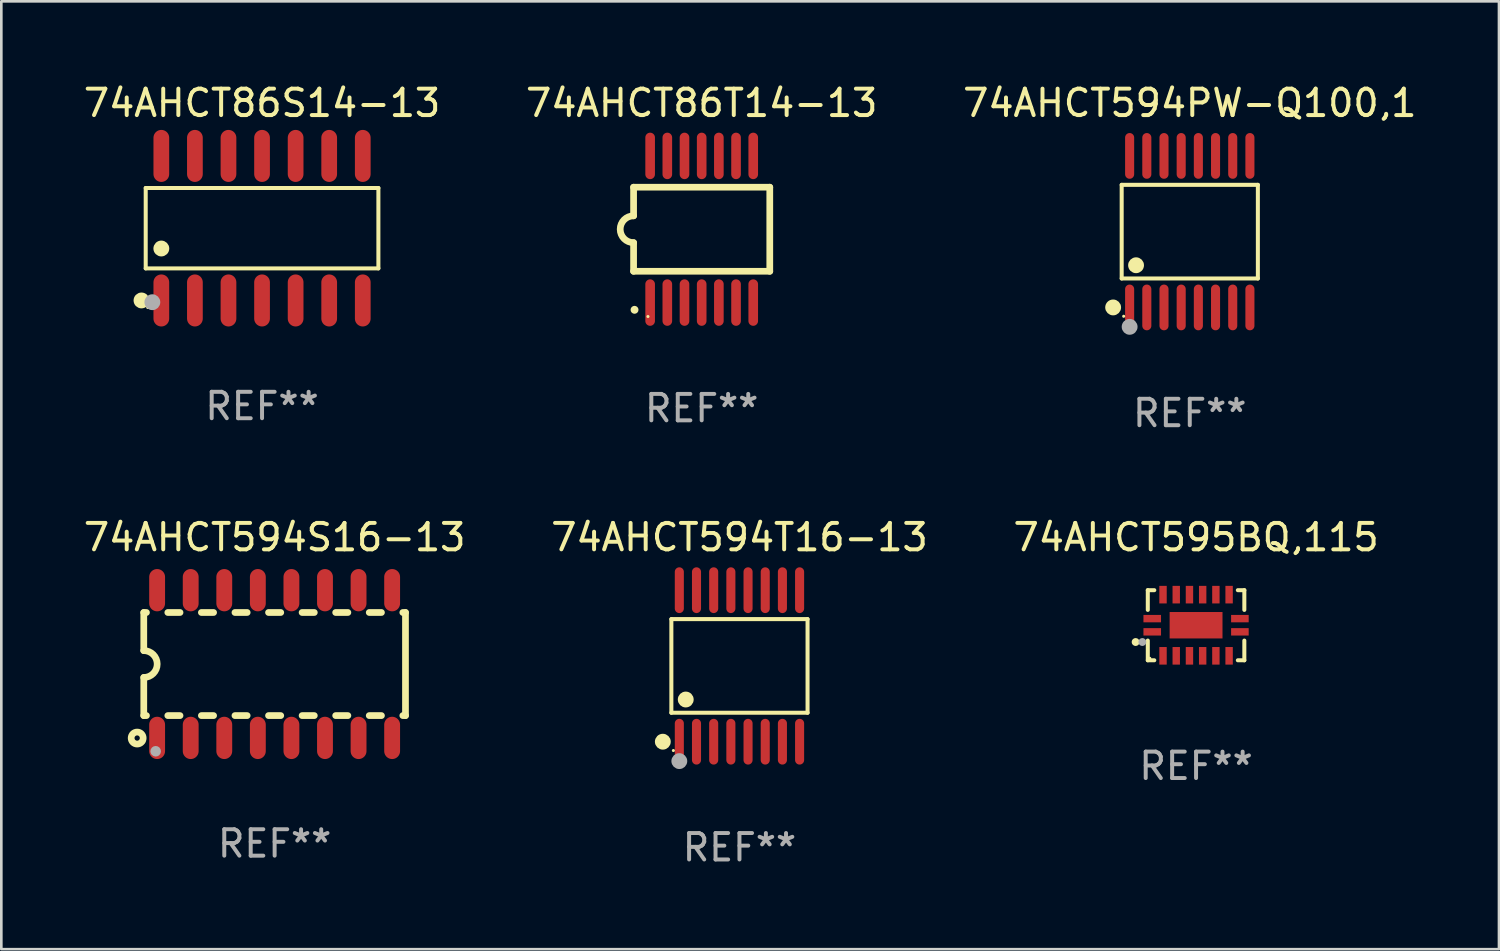
<source format=kicad_pcb>
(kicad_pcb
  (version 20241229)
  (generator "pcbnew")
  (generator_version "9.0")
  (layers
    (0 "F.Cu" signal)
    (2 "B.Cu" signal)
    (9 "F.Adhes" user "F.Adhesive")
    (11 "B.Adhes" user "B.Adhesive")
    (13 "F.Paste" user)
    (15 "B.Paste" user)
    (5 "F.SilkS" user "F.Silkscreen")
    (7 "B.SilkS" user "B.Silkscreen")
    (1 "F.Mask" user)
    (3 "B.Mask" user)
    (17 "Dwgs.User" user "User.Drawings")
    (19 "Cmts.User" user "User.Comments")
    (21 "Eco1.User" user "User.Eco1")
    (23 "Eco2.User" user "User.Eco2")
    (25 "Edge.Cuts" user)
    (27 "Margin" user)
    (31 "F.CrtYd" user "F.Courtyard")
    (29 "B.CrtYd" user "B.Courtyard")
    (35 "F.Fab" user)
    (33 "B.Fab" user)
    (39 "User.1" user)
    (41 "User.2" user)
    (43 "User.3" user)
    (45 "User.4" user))
  (footprint "74AHCT594S16-13"
    (layer "F.Cu")
    (at 7.339 22.07)
    (property "Reference" "74AHCT594S16-13" (at 0 -4.794 0) (layer "F.SilkS") (effects (font (size 1 1) (thickness 0.15))))
    (attr through_hole)
    (fp_line (start -4.95 -1.95) (end -4.95 -0.508) (stroke (width 0.254) (type solid)) (layer "F.SilkS"))
    (fp_line (start -4.95 -1.95) (end -4.849 -1.95) (stroke (width 0.254) (type solid)) (layer "F.SilkS"))
    (fp_line (start -4.95 1.95) (end -4.95 0.508) (stroke (width 0.254) (type solid)) (layer "F.SilkS"))
    (fp_line (start -4.95 1.95) (end -4.849 1.95) (stroke (width 0.254) (type solid)) (layer "F.SilkS"))
    (fp_line (start -4.041 -1.95) (end -3.579 -1.95) (stroke (width 0.254) (type solid)) (layer "F.SilkS"))
    (fp_line (start -4.041 1.95) (end -3.579 1.95) (stroke (width 0.254) (type solid)) (layer "F.SilkS"))
    (fp_line (start -2.771 -1.95) (end -2.309 -1.95) (stroke (width 0.254) (type solid)) (layer "F.SilkS"))
    (fp_line (start -2.771 1.95) (end -2.309 1.95) (stroke (width 0.254) (type solid)) (layer "F.SilkS"))
    (fp_line (start -1.501 -1.95) (end -1.039 -1.95) (stroke (width 0.254) (type solid)) (layer "F.SilkS"))
    (fp_line (start -1.501 1.95) (end -1.039 1.95) (stroke (width 0.254) (type solid)) (layer "F.SilkS"))
    (fp_line (start -0.231 -1.95) (end 0.231 -1.95) (stroke (width 0.254) (type solid)) (layer "F.SilkS"))
    (fp_line (start -0.231 1.95) (end 0.231 1.95) (stroke (width 0.254) (type solid)) (layer "F.SilkS"))
    (fp_line (start 1.039 -1.95) (end 1.501 -1.95) (stroke (width 0.254) (type solid)) (layer "F.SilkS"))
    (fp_line (start 1.039 1.95) (end 1.501 1.95) (stroke (width 0.254) (type solid)) (layer "F.SilkS"))
    (fp_line (start 2.309 -1.95) (end 2.771 -1.95) (stroke (width 0.254) (type solid)) (layer "F.SilkS"))
    (fp_line (start 2.309 1.95) (end 2.771 1.95) (stroke (width 0.254) (type solid)) (layer "F.SilkS"))
    (fp_line (start 3.579 -1.95) (end 4.041 -1.95) (stroke (width 0.254) (type solid)) (layer "F.SilkS"))
    (fp_line (start 3.579 1.95) (end 4.041 1.95) (stroke (width 0.254) (type solid)) (layer "F.SilkS"))
    (fp_line (start 4.849 -1.95) (end 4.95 -1.95) (stroke (width 0.254) (type solid)) (layer "F.SilkS"))
    (fp_line (start 4.849 1.95) (end 4.95 1.95) (stroke (width 0.254) (type solid)) (layer "F.SilkS"))
    (fp_line (start 4.95 -1.95) (end 4.95 1.95) (stroke (width 0.254) (type solid)) (layer "F.SilkS"))
    (fp_arc (start -4.95047 -0.508001) (mid -4.442469 -0.000228) (end -4.950013 0.508001) (stroke (width 0.254001) (type solid)) (layer "F.SilkS"))
    (fp_circle (center -5.2 2.8) (end -5.1 2.8) (stroke (width 0.254) (type solid)) (fill no) (layer "F.SilkS"))
    (fp_circle (center -4.95 2.947) (end -4.92 2.947) (stroke (width 0.06) (type solid)) (fill no) (layer "F.SilkS"))
    (fp_circle (center -4.5 3.3) (end -4.4 3.3) (stroke (width 0.2) (type solid)) (fill no) (layer "F.Fab"))
    (fp_text user "REF**" (at 0 6.794 0) (layer "F.Fab") (effects (font (size 1 1) (thickness 0.15))))
    (pad "1" smd oval (at -4.445 2.794) (size 0.6 1.6) (layers "F.Cu" "F.Mask" "F.Paste"))
    (pad "2" smd oval (at -3.175 2.794) (size 0.6 1.6) (layers "F.Cu" "F.Mask" "F.Paste"))
    (pad "3" smd oval (at -1.905 2.794) (size 0.6 1.6) (layers "F.Cu" "F.Mask" "F.Paste"))
    (pad "4" smd oval (at -0.635 2.794) (size 0.6 1.6) (layers "F.Cu" "F.Mask" "F.Paste"))
    (pad "5" smd oval (at 0.635 2.794) (size 0.6 1.6) (layers "F.Cu" "F.Mask" "F.Paste"))
    (pad "6" smd oval (at 1.905 2.794) (size 0.6 1.6) (layers "F.Cu" "F.Mask" "F.Paste"))
    (pad "7" smd oval (at 3.175 2.794) (size 0.6 1.6) (layers "F.Cu" "F.Mask" "F.Paste"))
    (pad "8" smd oval (at 4.445 2.794) (size 0.6 1.6) (layers "F.Cu" "F.Mask" "F.Paste"))
    (pad "9" smd oval (at 4.445 -2.794) (size 0.6 1.6) (layers "F.Cu" "F.Mask" "F.Paste"))
    (pad "10" smd oval (at 3.175 -2.794) (size 0.6 1.6) (layers "F.Cu" "F.Mask" "F.Paste"))
    (pad "11" smd oval (at 1.905 -2.794) (size 0.6 1.6) (layers "F.Cu" "F.Mask" "F.Paste"))
    (pad "12" smd oval (at 0.635 -2.794) (size 0.6 1.6) (layers "F.Cu" "F.Mask" "F.Paste"))
    (pad "13" smd oval (at -0.635 -2.794) (size 0.6 1.6) (layers "F.Cu" "F.Mask" "F.Paste"))
    (pad "14" smd oval (at -1.905 -2.794) (size 0.6 1.6) (layers "F.Cu" "F.Mask" "F.Paste"))
    (pad "15" smd oval (at -3.175 -2.794) (size 0.6 1.6) (layers "F.Cu" "F.Mask" "F.Paste"))
    (pad "16" smd oval (at -4.445 -2.794) (size 0.6 1.6) (layers "F.Cu" "F.Mask" "F.Paste")))
  (footprint "74AHCT595BQ,115"
    (layer "F.Cu")
    (at 42.196 20.602)
    (property "Reference" "74AHCT595BQ,115" (at 0 -3.326 0) (layer "F.SilkS") (effects (font (size 1 1) (thickness 0.15))))
    (attr through_hole)
    (fp_line (start -1.826 -1.326) (end -1.58 -1.326) (stroke (width 0.152) (type solid)) (layer "F.SilkS"))
    (fp_line (start -1.826 -0.58) (end -1.826 -1.326) (stroke (width 0.152) (type solid)) (layer "F.SilkS"))
    (fp_line (start -1.826 0.58) (end -1.826 1.326) (stroke (width 0.152) (type solid)) (layer "F.SilkS"))
    (fp_line (start -1.826 1.326) (end -1.58 1.326) (stroke (width 0.152) (type solid)) (layer "F.SilkS"))
    (fp_line (start 1.826 -1.326) (end 1.58 -1.326) (stroke (width 0.152) (type solid)) (layer "F.SilkS"))
    (fp_line (start 1.826 -0.58) (end 1.826 -1.326) (stroke (width 0.152) (type solid)) (layer "F.SilkS"))
    (fp_line (start 1.826 0.58) (end 1.826 1.326) (stroke (width 0.152) (type solid)) (layer "F.SilkS"))
    (fp_line (start 1.826 1.326) (end 1.58 1.326) (stroke (width 0.152) (type solid)) (layer "F.SilkS"))
    (fp_circle (center -2.286 0.635) (end -2.211 0.635) (stroke (width 0.15) (type solid)) (fill no) (layer "F.SilkS"))
    (fp_circle (center -1.75 1.25) (end -1.72 1.25) (stroke (width 0.06) (type solid)) (fill no) (layer "F.SilkS"))
    (fp_circle (center -2.032 0.635) (end -1.957 0.635) (stroke (width 0.15) (type solid)) (fill no) (layer "F.Fab"))
    (fp_text user "REF**" (at 0 5.326 0) (layer "F.Fab") (effects (font (size 1 1) (thickness 0.15))))
    (pad "1" smd rect (at -1.658 0.25) (size 0.665 0.28) (layers "F.Cu" "F.Mask" "F.Paste"))
    (pad "2" smd rect (at -1.25 1.157) (size 0.28 0.665) (layers "F.Cu" "F.Mask" "F.Paste"))
    (pad "3" smd rect (at -0.75 1.157) (size 0.28 0.665) (layers "F.Cu" "F.Mask" "F.Paste"))
    (pad "4" smd rect (at -0.25 1.157) (size 0.28 0.665) (layers "F.Cu" "F.Mask" "F.Paste"))
    (pad "5" smd rect (at 0.25 1.157) (size 0.28 0.665) (layers "F.Cu" "F.Mask" "F.Paste"))
    (pad "6" smd rect (at 0.75 1.157) (size 0.28 0.665) (layers "F.Cu" "F.Mask" "F.Paste"))
    (pad "7" smd rect (at 1.25 1.157) (size 0.28 0.665) (layers "F.Cu" "F.Mask" "F.Paste"))
    (pad "8" smd rect (at 1.658 0.25) (size 0.665 0.28) (layers "F.Cu" "F.Mask" "F.Paste"))
    (pad "9" smd rect (at 1.658 -0.25) (size 0.665 0.28) (layers "F.Cu" "F.Mask" "F.Paste"))
    (pad "10" smd rect (at 1.25 -1.157) (size 0.28 0.665) (layers "F.Cu" "F.Mask" "F.Paste"))
    (pad "11" smd rect (at 0.75 -1.157) (size 0.28 0.665) (layers "F.Cu" "F.Mask" "F.Paste"))
    (pad "12" smd rect (at 0.25 -1.157) (size 0.28 0.665) (layers "F.Cu" "F.Mask" "F.Paste"))
    (pad "13" smd rect (at -0.25 -1.157) (size 0.28 0.665) (layers "F.Cu" "F.Mask" "F.Paste"))
    (pad "14" smd rect (at -0.75 -1.157) (size 0.28 0.665) (layers "F.Cu" "F.Mask" "F.Paste"))
    (pad "15" smd rect (at -1.25 -1.157) (size 0.28 0.665) (layers "F.Cu" "F.Mask" "F.Paste"))
    (pad "16" smd rect (at -1.658 -0.25) (size 0.665 0.28) (layers "F.Cu" "F.Mask" "F.Paste"))
    (pad "17" smd rect (at 0 0) (size 2 1) (layers "F.Cu" "F.Mask" "F.Paste")))
  (footprint "74AHCT594PW-Q100,1"
    (layer "F.Cu")
    (at 41.958 5.714)
    (property "Reference" "74AHCT594PW-Q100,1" (at 0 -4.866 0) (layer "F.SilkS") (effects (font (size 1 1) (thickness 0.15))))
    (attr through_hole)
    (fp_line (start -2.576 -1.772) (end 2.576 -1.772) (stroke (width 0.152) (type solid)) (layer "F.SilkS"))
    (fp_line (start -2.576 1.771) (end -2.576 -1.772) (stroke (width 0.152) (type solid)) (layer "F.SilkS"))
    (fp_line (start 2.576 -1.772) (end 2.576 1.771) (stroke (width 0.152) (type solid)) (layer "F.SilkS"))
    (fp_line (start 2.576 1.771) (end -2.576 1.771) (stroke (width 0.152) (type solid)) (layer "F.SilkS"))
    (fp_circle (center -2.899 2.866) (end -2.749 2.866) (stroke (width 0.3) (type solid)) (fill no) (layer "F.SilkS"))
    (fp_circle (center -2.5 3.2) (end -2.47 3.2) (stroke (width 0.06) (type solid)) (fill no) (layer "F.SilkS"))
    (fp_circle (center -2.032 1.27) (end -1.882 1.27) (stroke (width 0.3) (type solid)) (fill no) (layer "F.SilkS"))
    (fp_circle (center -2.275 3.6) (end -2.125 3.6) (stroke (width 0.3) (type solid)) (fill no) (layer "F.Fab"))
    (fp_text user "REF**" (at 0 6.866 0) (layer "F.Fab") (effects (font (size 1 1) (thickness 0.15))))
    (pad "1" smd oval (at -2.275 2.866) (size 0.343 1.731) (layers "F.Cu" "F.Mask" "F.Paste"))
    (pad "2" smd oval (at -1.625 2.866) (size 0.343 1.731) (layers "F.Cu" "F.Mask" "F.Paste"))
    (pad "3" smd oval (at -0.975 2.866) (size 0.343 1.731) (layers "F.Cu" "F.Mask" "F.Paste"))
    (pad "4" smd oval (at -0.325 2.866) (size 0.343 1.731) (layers "F.Cu" "F.Mask" "F.Paste"))
    (pad "5" smd oval (at 0.325 2.866) (size 0.343 1.731) (layers "F.Cu" "F.Mask" "F.Paste"))
    (pad "6" smd oval (at 0.975 2.866) (size 0.343 1.731) (layers "F.Cu" "F.Mask" "F.Paste"))
    (pad "7" smd oval (at 1.625 2.866) (size 0.343 1.731) (layers "F.Cu" "F.Mask" "F.Paste"))
    (pad "8" smd oval (at 2.275 2.866) (size 0.343 1.731) (layers "F.Cu" "F.Mask" "F.Paste"))
    (pad "9" smd oval (at 2.275 -2.866) (size 0.343 1.731) (layers "F.Cu" "F.Mask" "F.Paste"))
    (pad "10" smd oval (at 1.625 -2.866) (size 0.343 1.731) (layers "F.Cu" "F.Mask" "F.Paste"))
    (pad "11" smd oval (at 0.975 -2.866) (size 0.343 1.731) (layers "F.Cu" "F.Mask" "F.Paste"))
    (pad "12" smd oval (at 0.325 -2.866) (size 0.343 1.731) (layers "F.Cu" "F.Mask" "F.Paste"))
    (pad "13" smd oval (at -0.325 -2.866) (size 0.343 1.731) (layers "F.Cu" "F.Mask" "F.Paste"))
    (pad "14" smd oval (at -0.975 -2.866) (size 0.343 1.731) (layers "F.Cu" "F.Mask" "F.Paste"))
    (pad "15" smd oval (at -1.625 -2.866) (size 0.343 1.731) (layers "F.Cu" "F.Mask" "F.Paste"))
    (pad "16" smd oval (at -2.275 -2.866) (size 0.343 1.731) (layers "F.Cu" "F.Mask" "F.Paste")))
  (footprint "74AHCT86T14-13"
    (layer "F.Cu")
    (at 23.494 5.622)
    (property "Reference" "74AHCT86T14-13" (at 0 -4.774 0) (layer "F.SilkS") (effects (font (size 1 1) (thickness 0.15))))
    (attr through_hole)
    (fp_line (start -2.576 -1.59) (end -2.576 -0.508) (stroke (width 0.254) (type solid)) (layer "F.SilkS"))
    (fp_line (start -2.576 -1.59) (end 2.576 -1.59) (stroke (width 0.254) (type solid)) (layer "F.SilkS"))
    (fp_line (start -2.576 1.59) (end -2.576 0.508) (stroke (width 0.254) (type solid)) (layer "F.SilkS"))
    (fp_line (start 2.576 -1.59) (end 2.576 1.59) (stroke (width 0.254) (type solid)) (layer "F.SilkS"))
    (fp_line (start 2.576 1.59) (end -2.576 1.59) (stroke (width 0.254) (type solid)) (layer "F.SilkS"))
    (fp_arc (start -2.576099 0.506706) (mid -3.081511 0) (end -2.576098 -0.506706) (stroke (width 0.254001) (type solid)) (layer "F.SilkS"))
    (fp_circle (center -2.54 3.048) (end -2.465 3.048) (stroke (width 0.15) (type solid)) (fill no) (layer "F.SilkS"))
    (fp_circle (center -2.032 3.302) (end -2.002 3.302) (stroke (width 0.06) (type solid)) (fill no) (layer "F.SilkS"))
    (fp_text user "REF**" (at 0 6.774 0) (layer "F.Fab") (effects (font (size 1 1) (thickness 0.15))))
    (pad "1" smd oval (at -1.95 2.774) (size 0.364 1.758) (layers "F.Cu" "F.Mask" "F.Paste"))
    (pad "2" smd oval (at -1.3 2.774) (size 0.364 1.758) (layers "F.Cu" "F.Mask" "F.Paste"))
    (pad "3" smd oval (at -0.65 2.774) (size 0.364 1.758) (layers "F.Cu" "F.Mask" "F.Paste"))
    (pad "4" smd oval (at 0 2.774) (size 0.364 1.758) (layers "F.Cu" "F.Mask" "F.Paste"))
    (pad "5" smd oval (at 0.65 2.774) (size 0.364 1.758) (layers "F.Cu" "F.Mask" "F.Paste"))
    (pad "6" smd oval (at 1.3 2.774) (size 0.364 1.758) (layers "F.Cu" "F.Mask" "F.Paste"))
    (pad "7" smd oval (at 1.95 2.774) (size 0.364 1.758) (layers "F.Cu" "F.Mask" "F.Paste"))
    (pad "8" smd oval (at 1.95 -2.774) (size 0.364 1.758) (layers "F.Cu" "F.Mask" "F.Paste"))
    (pad "9" smd oval (at 1.3 -2.774) (size 0.364 1.758) (layers "F.Cu" "F.Mask" "F.Paste"))
    (pad "10" smd oval (at 0.65 -2.774) (size 0.364 1.758) (layers "F.Cu" "F.Mask" "F.Paste"))
    (pad "11" smd oval (at 0 -2.774) (size 0.364 1.758) (layers "F.Cu" "F.Mask" "F.Paste"))
    (pad "12" smd oval (at -0.65 -2.774) (size 0.364 1.758) (layers "F.Cu" "F.Mask" "F.Paste"))
    (pad "13" smd oval (at -1.3 -2.774) (size 0.364 1.758) (layers "F.Cu" "F.Mask" "F.Paste"))
    (pad "14" smd oval (at -1.95 -2.774) (size 0.364 1.758) (layers "F.Cu" "F.Mask" "F.Paste")))
  (footprint "74AHCT86S14-13"
    (layer "F.Cu")
    (at 6.863 5.582)
    (property "Reference" "74AHCT86S14-13" (at 0 -4.734 0) (layer "F.SilkS") (effects (font (size 1 1) (thickness 0.15))))
    (attr through_hole)
    (fp_line (start -4.401 -1.521) (end 4.401 -1.521) (stroke (width 0.152) (type solid)) (layer "F.SilkS"))
    (fp_line (start -4.401 1.521) (end -4.401 -1.521) (stroke (width 0.152) (type solid)) (layer "F.SilkS"))
    (fp_line (start 4.401 -1.521) (end 4.401 1.521) (stroke (width 0.152) (type solid)) (layer "F.SilkS"))
    (fp_line (start 4.401 1.521) (end -4.401 1.521) (stroke (width 0.152) (type solid)) (layer "F.SilkS"))
    (fp_circle (center -4.56 2.734) (end -4.41 2.734) (stroke (width 0.3) (type solid)) (fill no) (layer "F.SilkS"))
    (fp_circle (center -4.325 3) (end -4.295 3) (stroke (width 0.06) (type solid)) (fill no) (layer "F.SilkS"))
    (fp_circle (center -3.81 0.769) (end -3.66 0.769) (stroke (width 0.3) (type solid)) (fill no) (layer "F.SilkS"))
    (fp_circle (center -4.15 2.8) (end -4 2.8) (stroke (width 0.3) (type solid)) (fill no) (layer "F.Fab"))
    (fp_text user "REF**" (at 0 6.734 0) (layer "F.Fab") (effects (font (size 1 1) (thickness 0.15))))
    (pad "1" smd oval (at -3.81 2.734) (size 0.595 1.968) (layers "F.Cu" "F.Mask" "F.Paste"))
    (pad "2" smd oval (at -2.54 2.734) (size 0.595 1.968) (layers "F.Cu" "F.Mask" "F.Paste"))
    (pad "3" smd oval (at -1.27 2.734) (size 0.595 1.968) (layers "F.Cu" "F.Mask" "F.Paste"))
    (pad "4" smd oval (at 0 2.734) (size 0.595 1.968) (layers "F.Cu" "F.Mask" "F.Paste"))
    (pad "5" smd oval (at 1.27 2.734) (size 0.595 1.968) (layers "F.Cu" "F.Mask" "F.Paste"))
    (pad "6" smd oval (at 2.54 2.734) (size 0.595 1.968) (layers "F.Cu" "F.Mask" "F.Paste"))
    (pad "7" smd oval (at 3.81 2.734) (size 0.595 1.968) (layers "F.Cu" "F.Mask" "F.Paste"))
    (pad "8" smd oval (at 3.81 -2.734) (size 0.595 1.968) (layers "F.Cu" "F.Mask" "F.Paste"))
    (pad "9" smd oval (at 2.54 -2.734) (size 0.595 1.968) (layers "F.Cu" "F.Mask" "F.Paste"))
    (pad "10" smd oval (at 1.27 -2.734) (size 0.595 1.968) (layers "F.Cu" "F.Mask" "F.Paste"))
    (pad "11" smd oval (at 0 -2.734) (size 0.595 1.968) (layers "F.Cu" "F.Mask" "F.Paste"))
    (pad "12" smd oval (at -1.27 -2.734) (size 0.595 1.968) (layers "F.Cu" "F.Mask" "F.Paste"))
    (pad "13" smd oval (at -2.54 -2.734) (size 0.595 1.968) (layers "F.Cu" "F.Mask" "F.Paste"))
    (pad "14" smd oval (at -3.81 -2.734) (size 0.595 1.968) (layers "F.Cu" "F.Mask" "F.Paste")))
  (footprint "74AHCT594T16-13"
    (layer "F.Cu")
    (at 24.923 22.142)
    (property "Reference" "74AHCT594T16-13" (at 0 -4.866 0) (layer "F.SilkS") (effects (font (size 1 1) (thickness 0.15))))
    (attr through_hole)
    (fp_line (start -2.576 -1.772) (end 2.576 -1.772) (stroke (width 0.152) (type solid)) (layer "F.SilkS"))
    (fp_line (start -2.576 1.771) (end -2.576 -1.772) (stroke (width 0.152) (type solid)) (layer "F.SilkS"))
    (fp_line (start 2.576 -1.772) (end 2.576 1.771) (stroke (width 0.152) (type solid)) (layer "F.SilkS"))
    (fp_line (start 2.576 1.771) (end -2.576 1.771) (stroke (width 0.152) (type solid)) (layer "F.SilkS"))
    (fp_circle (center -2.899 2.866) (end -2.749 2.866) (stroke (width 0.3) (type solid)) (fill no) (layer "F.SilkS"))
    (fp_circle (center -2.5 3.2) (end -2.47 3.2) (stroke (width 0.06) (type solid)) (fill no) (layer "F.SilkS"))
    (fp_circle (center -2.032 1.27) (end -1.882 1.27) (stroke (width 0.3) (type solid)) (fill no) (layer "F.SilkS"))
    (fp_circle (center -2.275 3.6) (end -2.125 3.6) (stroke (width 0.3) (type solid)) (fill no) (layer "F.Fab"))
    (fp_text user "REF**" (at 0 6.866 0) (layer "F.Fab") (effects (font (size 1 1) (thickness 0.15))))
    (pad "1" smd oval (at -2.275 2.866) (size 0.343 1.731) (layers "F.Cu" "F.Mask" "F.Paste"))
    (pad "2" smd oval (at -1.625 2.866) (size 0.343 1.731) (layers "F.Cu" "F.Mask" "F.Paste"))
    (pad "3" smd oval (at -0.975 2.866) (size 0.343 1.731) (layers "F.Cu" "F.Mask" "F.Paste"))
    (pad "4" smd oval (at -0.325 2.866) (size 0.343 1.731) (layers "F.Cu" "F.Mask" "F.Paste"))
    (pad "5" smd oval (at 0.325 2.866) (size 0.343 1.731) (layers "F.Cu" "F.Mask" "F.Paste"))
    (pad "6" smd oval (at 0.975 2.866) (size 0.343 1.731) (layers "F.Cu" "F.Mask" "F.Paste"))
    (pad "7" smd oval (at 1.625 2.866) (size 0.343 1.731) (layers "F.Cu" "F.Mask" "F.Paste"))
    (pad "8" smd oval (at 2.275 2.866) (size 0.343 1.731) (layers "F.Cu" "F.Mask" "F.Paste"))
    (pad "9" smd oval (at 2.275 -2.866) (size 0.343 1.731) (layers "F.Cu" "F.Mask" "F.Paste"))
    (pad "10" smd oval (at 1.625 -2.866) (size 0.343 1.731) (layers "F.Cu" "F.Mask" "F.Paste"))
    (pad "11" smd oval (at 0.975 -2.866) (size 0.343 1.731) (layers "F.Cu" "F.Mask" "F.Paste"))
    (pad "12" smd oval (at 0.325 -2.866) (size 0.343 1.731) (layers "F.Cu" "F.Mask" "F.Paste"))
    (pad "13" smd oval (at -0.325 -2.866) (size 0.343 1.731) (layers "F.Cu" "F.Mask" "F.Paste"))
    (pad "14" smd oval (at -0.975 -2.866) (size 0.343 1.731) (layers "F.Cu" "F.Mask" "F.Paste"))
    (pad "15" smd oval (at -1.625 -2.866) (size 0.343 1.731) (layers "F.Cu" "F.Mask" "F.Paste"))
    (pad "16" smd oval (at -2.275 -2.866) (size 0.343 1.731) (layers "F.Cu" "F.Mask" "F.Paste")))
  (gr_rect
    (start -3 -3)
    (end 53.655 32.856)
    (stroke (width 0.1) (type default))
    (fill no)
    (layer "Edge.Cuts")))
</source>
